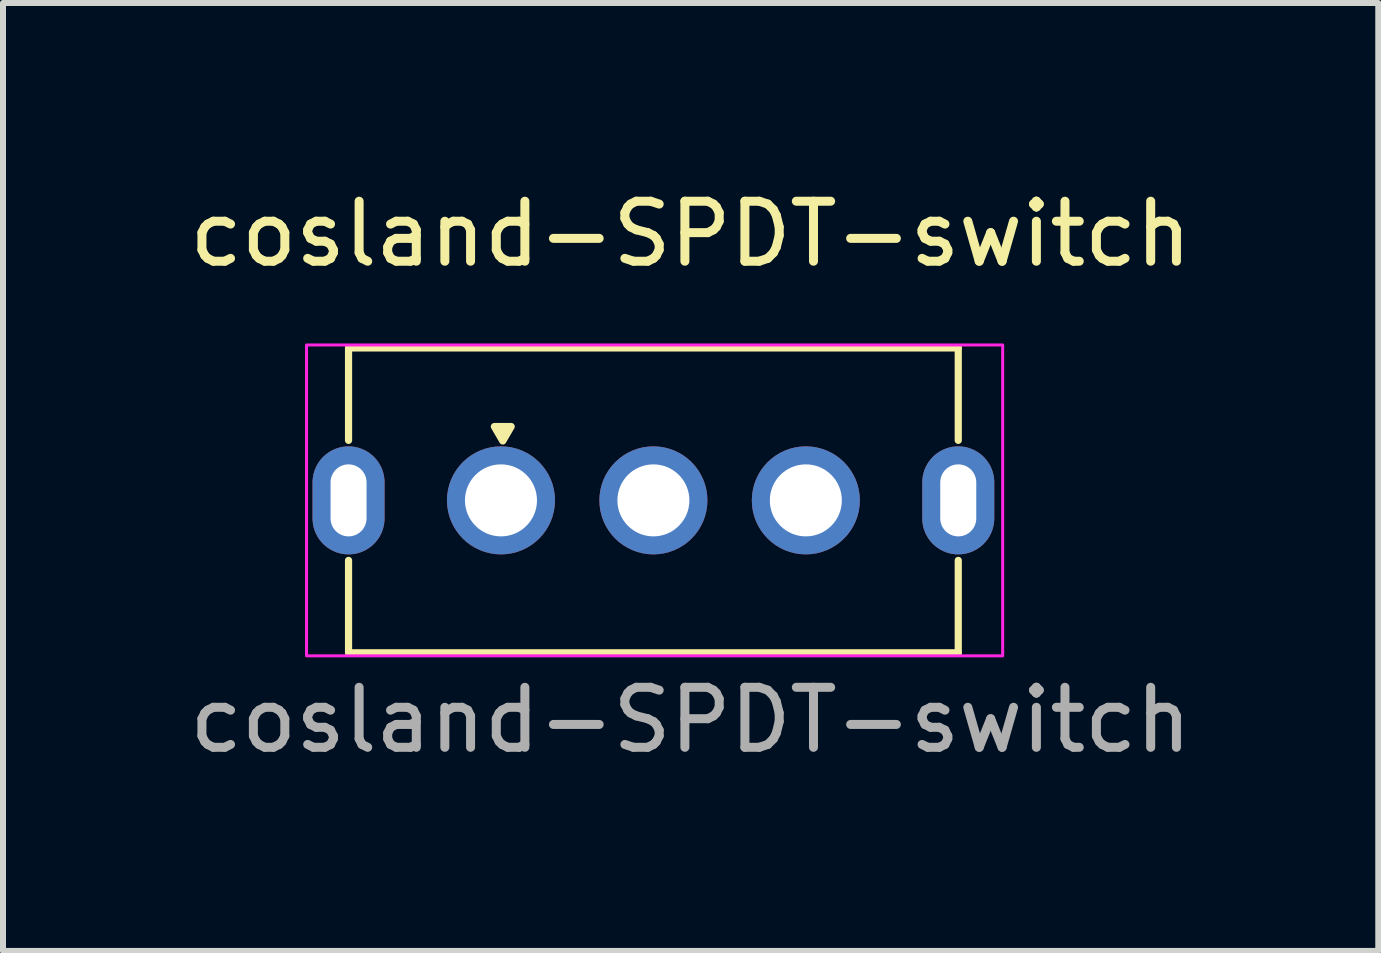
<source format=kicad_pcb>
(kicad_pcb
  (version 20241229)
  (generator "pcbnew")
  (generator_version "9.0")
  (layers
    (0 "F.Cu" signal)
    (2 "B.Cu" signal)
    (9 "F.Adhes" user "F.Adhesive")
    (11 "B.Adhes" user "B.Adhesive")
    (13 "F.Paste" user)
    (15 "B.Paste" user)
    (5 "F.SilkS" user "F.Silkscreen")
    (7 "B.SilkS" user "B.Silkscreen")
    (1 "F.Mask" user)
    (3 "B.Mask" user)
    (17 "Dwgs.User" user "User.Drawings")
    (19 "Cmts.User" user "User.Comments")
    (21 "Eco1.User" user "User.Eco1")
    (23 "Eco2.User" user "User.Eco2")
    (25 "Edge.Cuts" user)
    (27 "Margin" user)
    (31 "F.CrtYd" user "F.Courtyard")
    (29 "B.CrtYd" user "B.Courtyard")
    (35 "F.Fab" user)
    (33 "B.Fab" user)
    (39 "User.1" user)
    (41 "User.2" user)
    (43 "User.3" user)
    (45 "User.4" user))
  (footprint "cosland-SPDT-switch"
    (layer "F.Cu")
    (at 7.838 5.288)
    (property "Reference" "cosland-SPDT-switch" (at 0.62 -4.44 0) (unlocked yes) (layer "F.SilkS") (effects (font (size 1 1) (thickness 0.15))))
    (attr through_hole)
    (fp_line (start -5.08 -2.54) (end 5.08 -2.54) (stroke (width 0.12) (type solid)) (layer "F.SilkS"))
    (fp_line (start -5.08 -1) (end -5.08 -2.54) (stroke (width 0.12) (type solid)) (layer "F.SilkS"))
    (fp_line (start -5.08 2.54) (end -5.08 1) (stroke (width 0.12) (type solid)) (layer "F.SilkS"))
    (fp_line (start 5.08 -1) (end 5.08 -2.54) (stroke (width 0.12) (type solid)) (layer "F.SilkS"))
    (fp_line (start 5.08 2.54) (end -5.08 2.54) (stroke (width 0.12) (type solid)) (layer "F.SilkS"))
    (fp_line (start 5.08 2.54) (end 5.08 1) (stroke (width 0.12) (type solid)) (layer "F.SilkS"))
    (fp_poly (pts (xy -2.51 -0.99) (xy -2.65 -1.23) (xy -2.37 -1.23)) (stroke (width 0.12) (type solid)) (fill yes) (layer "F.SilkS"))
    (fp_rect (start -5.78 -2.59) (end 5.82 2.59) (stroke (width 0.05) (type solid)) (fill no) (layer "F.CrtYd"))
    (fp_text user "${REFERENCE}" (at 0.62 3.66 0) (unlocked yes) (layer "F.Fab") (effects (font (size 1 1) (thickness 0.15))))
    (pad "" np_thru_hole oval (at -5.08 0) (size 1.2 1.8) (drill oval 0.6 1.2) (layers "*.Cu" "*.Mask"))
    (pad "" np_thru_hole oval (at 5.08 0) (size 1.2 1.8) (drill oval 0.6 1.2) (layers "*.Cu" "*.Mask"))
    (pad "1" thru_hole circle (at -2.54 0) (size 1.8 1.8) (drill 1.2) (layers "*.Cu" "*.Mask"))
    (pad "2" thru_hole circle (at 0 0) (size 1.8 1.8) (drill 1.2) (layers "*.Cu" "*.Mask"))
    (pad "3" thru_hole circle (at 2.54 0) (size 1.8 1.8) (drill 1.2) (layers "*.Cu" "*.Mask")))
  (gr_rect
    (start -3 -3)
    (end 19.917 12.796)
    (stroke (width 0.1) (type default))
    (fill no)
    (layer "Edge.Cuts")))
</source>
